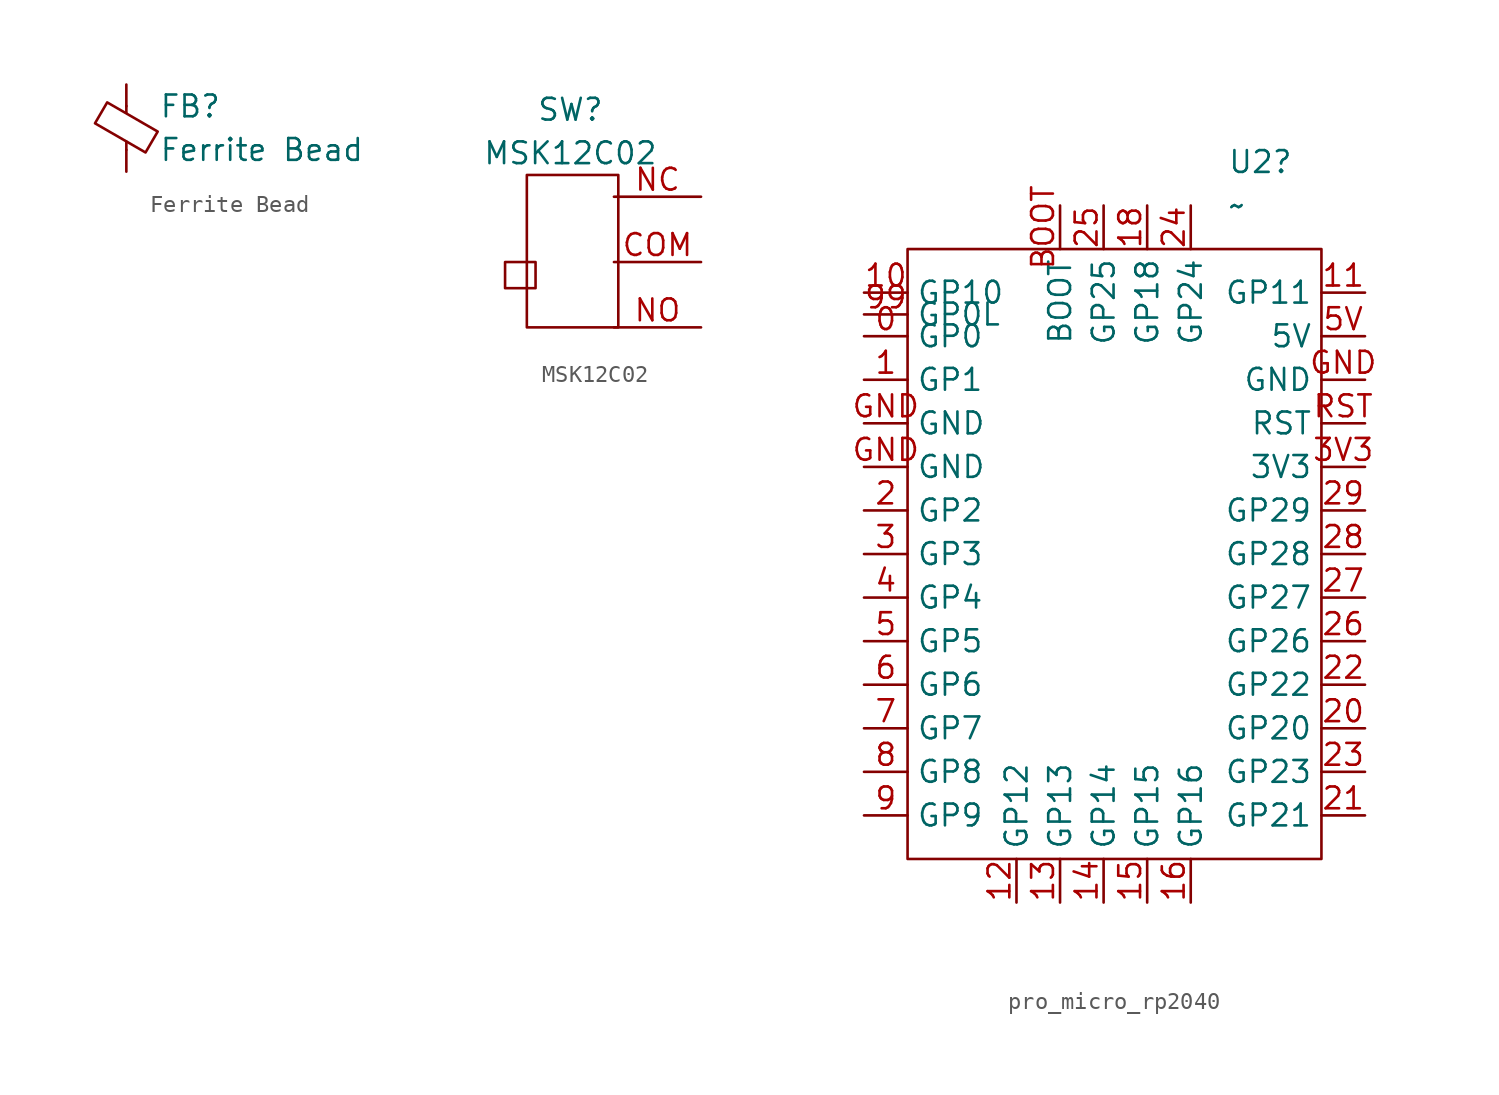
<source format=kicad_sym>
(kicad_symbol_lib
  (version 20241209)
  (generator "kicad_symbol_editor")
  (generator_version "9.0")
  (symbol "Ferrite Bead"
    (pin_numbers
      (hide yes))
    (pin_names
      (offset 0))
    (property "Reference" "FB"
      (at 1.905 1.27 0)
      (effects (font (size 1.27 1.27)) (justify left)))
    (property "Value" "Ferrite Bead"
      (at 1.905 -1.27 0)
      (effects (font (size 1.27 1.27)) (justify left)))
    (symbol "Ferrite Bead_0_1"
      (polyline (pts (xy -1.829 0.279) (xy -1.118 1.499) (xy 1.829 -0.203) (xy 1.118 -1.422) (xy -1.829 0.279)) (stroke (width 0) (type default)) (fill (type none)))
      (polyline (pts (xy 0 0.889) (xy 0 1.295)) (stroke (width 0) (type default)) (fill (type none)))
      (polyline (pts (xy 0 -1.27) (xy 0 -0.787)) (stroke (width 0) (type default)) (fill (type none))))
    (symbol "Ferrite Bead_1_1"
      (pin passive line (at 0 2.54 270) (length 1.27) (name "~" (effects (font (size 1.27 1.27)))) (number "1" (effects (font (size 1.27 1.27)))))
      (pin passive line (at 0 -2.54 90) (length 1.27) (name "~" (effects (font (size 1.27 1.27)))) (number "2" (effects (font (size 1.27 1.27)))))))
  (symbol "MSK12C02"
    (pin_names
      (offset 0)
      (hide yes))
    (property "Reference" "SW"
      (at 0 7.62 0)
      (effects (font (size 1.27 1.27))))
    (property "Value" "MSK12C02"
      (at 0 5.08 0)
      (effects (font (size 1.27 1.27))))
    (symbol "MSK12C02_0_1"
      (rectangle (start -3.81 -1.27) (end -2.032 -2.794) (stroke (width 0) (type default)) (fill (type none)))
      (rectangle (start -2.54 3.81) (end 2.794 -5.08) (stroke (width 0) (type default)) (fill (type none))))
    (symbol "MSK12C02_1_1"
      (pin power_in line (at 0 0 90) (length 2.54) (hide yes) (name "GND" (effects (font (size 1.27 1.27)))) (number "MP" (effects (font (size 1.27 1.27)))))
      (pin power_in line (at 7.62 2.54 180) (length 5.08) (name "NC" (effects (font (size 1.27 1.27)))) (number "NC" (effects (font (size 1.27 1.27)))))
      (pin power_out line (at 7.62 -1.27 180) (length 5.08) (name "COM" (effects (font (size 1.27 1.27)))) (number "COM" (effects (font (size 1.27 1.27)))))
      (pin power_in line (at 7.62 -5.08 180) (length 5.08) (name "NO" (effects (font (size 1.27 1.27)))) (number "NO" (effects (font (size 1.27 1.27)))))))
  (symbol "pro_micro_rp2040"
    (property "Reference" "U2"
      (at 7.223 22.86 0)
      (effects (font (size 1.27 1.27)) (justify left)))
    (property "Value" "~"
      (at 7.223 20.32 0)
      (effects (font (size 1.27 1.27)) (justify left)))
    (symbol "pro_micro_rp2040_0_1"
      (rectangle (start -11.43 17.78) (end 12.7 -17.78) (stroke (width 0) (type default)) (fill (type none))))
    (symbol "pro_micro_rp2040_1_1"
      (pin bidirectional line (at -13.97 15.24 0) (length 2.54) (name "GP10" (effects (font (size 1.27 1.27)))) (number "10" (effects (font (size 1.27 1.27)))))
      (pin bidirectional line (at -13.97 13.97 0) (length 2.54) (name "GP0L" (effects (font (size 1.27 1.27)))) (number "99" (effects (font (size 1.27 1.27)))))
      (pin bidirectional line (at -13.97 12.7 0) (length 2.54) (name "GP0" (effects (font (size 1.27 1.27)))) (number "0" (effects (font (size 1.27 1.27)))))
      (pin bidirectional line (at -13.97 10.16 0) (length 2.54) (name "GP1" (effects (font (size 1.27 1.27)))) (number "1" (effects (font (size 1.27 1.27)))))
      (pin unspecified line (at -13.97 7.62 0) (length 2.54) (name "GND" (effects (font (size 1.27 1.27)))) (number "GND" (effects (font (size 1.27 1.27)))))
      (pin unspecified line (at -13.97 5.08 0) (length 2.54) (name "GND" (effects (font (size 1.27 1.27)))) (number "GND" (effects (font (size 1.27 1.27)))))
      (pin bidirectional line (at -13.97 2.54 0) (length 2.54) (name "GP2" (effects (font (size 1.27 1.27)))) (number "2" (effects (font (size 1.27 1.27)))))
      (pin bidirectional line (at -13.97 0 0) (length 2.54) (name "GP3" (effects (font (size 1.27 1.27)))) (number "3" (effects (font (size 1.27 1.27)))))
      (pin bidirectional line (at -13.97 -2.54 0) (length 2.54) (name "GP4" (effects (font (size 1.27 1.27)))) (number "4" (effects (font (size 1.27 1.27)))))
      (pin bidirectional line (at -13.97 -5.08 0) (length 2.54) (name "GP5" (effects (font (size 1.27 1.27)))) (number "5" (effects (font (size 1.27 1.27)))))
      (pin bidirectional line (at -13.97 -7.62 0) (length 2.54) (name "GP6" (effects (font (size 1.27 1.27)))) (number "6" (effects (font (size 1.27 1.27)))))
      (pin bidirectional line (at -13.97 -10.16 0) (length 2.54) (name "GP7" (effects (font (size 1.27 1.27)))) (number "7" (effects (font (size 1.27 1.27)))))
      (pin bidirectional line (at -13.97 -12.7 0) (length 2.54) (name "GP8" (effects (font (size 1.27 1.27)))) (number "8" (effects (font (size 1.27 1.27)))))
      (pin bidirectional line (at -13.97 -15.24 0) (length 2.54) (name "GP9" (effects (font (size 1.27 1.27)))) (number "9" (effects (font (size 1.27 1.27)))))
      (pin bidirectional line (at -5.08 -20.32 90) (length 2.54) (name "GP12" (effects (font (size 1.27 1.27)))) (number "12" (effects (font (size 1.27 1.27)))))
      (pin unspecified line (at -2.54 20.32 270) (length 2.54) (name "BOOT" (effects (font (size 1.27 1.27)))) (number "BOOT" (effects (font (size 1.27 1.27)))))
      (pin bidirectional line (at -2.54 -20.32 90) (length 2.54) (name "GP13" (effects (font (size 1.27 1.27)))) (number "13" (effects (font (size 1.27 1.27)))))
      (pin unspecified line (at 0 20.32 270) (length 2.54) (name "GP25" (effects (font (size 1.27 1.27)))) (number "25" (effects (font (size 1.27 1.27)))))
      (pin bidirectional line (at 0 -20.32 90) (length 2.54) (name "GP14" (effects (font (size 1.27 1.27)))) (number "14" (effects (font (size 1.27 1.27)))))
      (pin unspecified line (at 2.54 20.32 270) (length 2.54) (name "GP18" (effects (font (size 1.27 1.27)))) (number "18" (effects (font (size 1.27 1.27)))))
      (pin bidirectional line (at 2.54 -20.32 90) (length 2.54) (name "GP15" (effects (font (size 1.27 1.27)))) (number "15" (effects (font (size 1.27 1.27)))))
      (pin unspecified line (at 5.08 20.32 270) (length 2.54) (name "GP24" (effects (font (size 1.27 1.27)))) (number "24" (effects (font (size 1.27 1.27)))))
      (pin bidirectional line (at 5.08 -20.32 90) (length 2.54) (name "GP16" (effects (font (size 1.27 1.27)))) (number "16" (effects (font (size 1.27 1.27)))))
      (pin bidirectional line (at 15.24 15.24 180) (length 2.54) (name "GP11" (effects (font (size 1.27 1.27)))) (number "11" (effects (font (size 1.27 1.27)))))
      (pin unspecified line (at 15.24 12.7 180) (length 2.54) (name "5V" (effects (font (size 1.27 1.27)))) (number "5V" (effects (font (size 1.27 1.27)))))
      (pin unspecified line (at 15.24 10.16 180) (length 2.54) (name "GND" (effects (font (size 1.27 1.27)))) (number "GND" (effects (font (size 1.27 1.27)))))
      (pin unspecified line (at 15.24 7.62 180) (length 2.54) (name "RST" (effects (font (size 1.27 1.27)))) (number "RST" (effects (font (size 1.27 1.27)))))
      (pin unspecified line (at 15.24 5.08 180) (length 2.54) (name "3V3" (effects (font (size 1.27 1.27)))) (number "3V3" (effects (font (size 1.27 1.27)))))
      (pin bidirectional line (at 15.24 2.54 180) (length 2.54) (name "GP29" (effects (font (size 1.27 1.27)))) (number "29" (effects (font (size 1.27 1.27)))))
      (pin bidirectional line (at 15.24 0 180) (length 2.54) (name "GP28" (effects (font (size 1.27 1.27)))) (number "28" (effects (font (size 1.27 1.27)))))
      (pin bidirectional line (at 15.24 -2.54 180) (length 2.54) (name "GP27" (effects (font (size 1.27 1.27)))) (number "27" (effects (font (size 1.27 1.27)))))
      (pin bidirectional line (at 15.24 -5.08 180) (length 2.54) (name "GP26" (effects (font (size 1.27 1.27)))) (number "26" (effects (font (size 1.27 1.27)))))
      (pin bidirectional line (at 15.24 -7.62 180) (length 2.54) (name "GP22" (effects (font (size 1.27 1.27)))) (number "22" (effects (font (size 1.27 1.27)))))
      (pin bidirectional line (at 15.24 -10.16 180) (length 2.54) (name "GP20" (effects (font (size 1.27 1.27)))) (number "20" (effects (font (size 1.27 1.27)))))
      (pin bidirectional line (at 15.24 -12.7 180) (length 2.54) (name "GP23" (effects (font (size 1.27 1.27)))) (number "23" (effects (font (size 1.27 1.27)))))
      (pin bidirectional line (at 15.24 -15.24 180) (length 2.54) (name "GP21" (effects (font (size 1.27 1.27)))) (number "21" (effects (font (size 1.27 1.27))))))))
</source>
